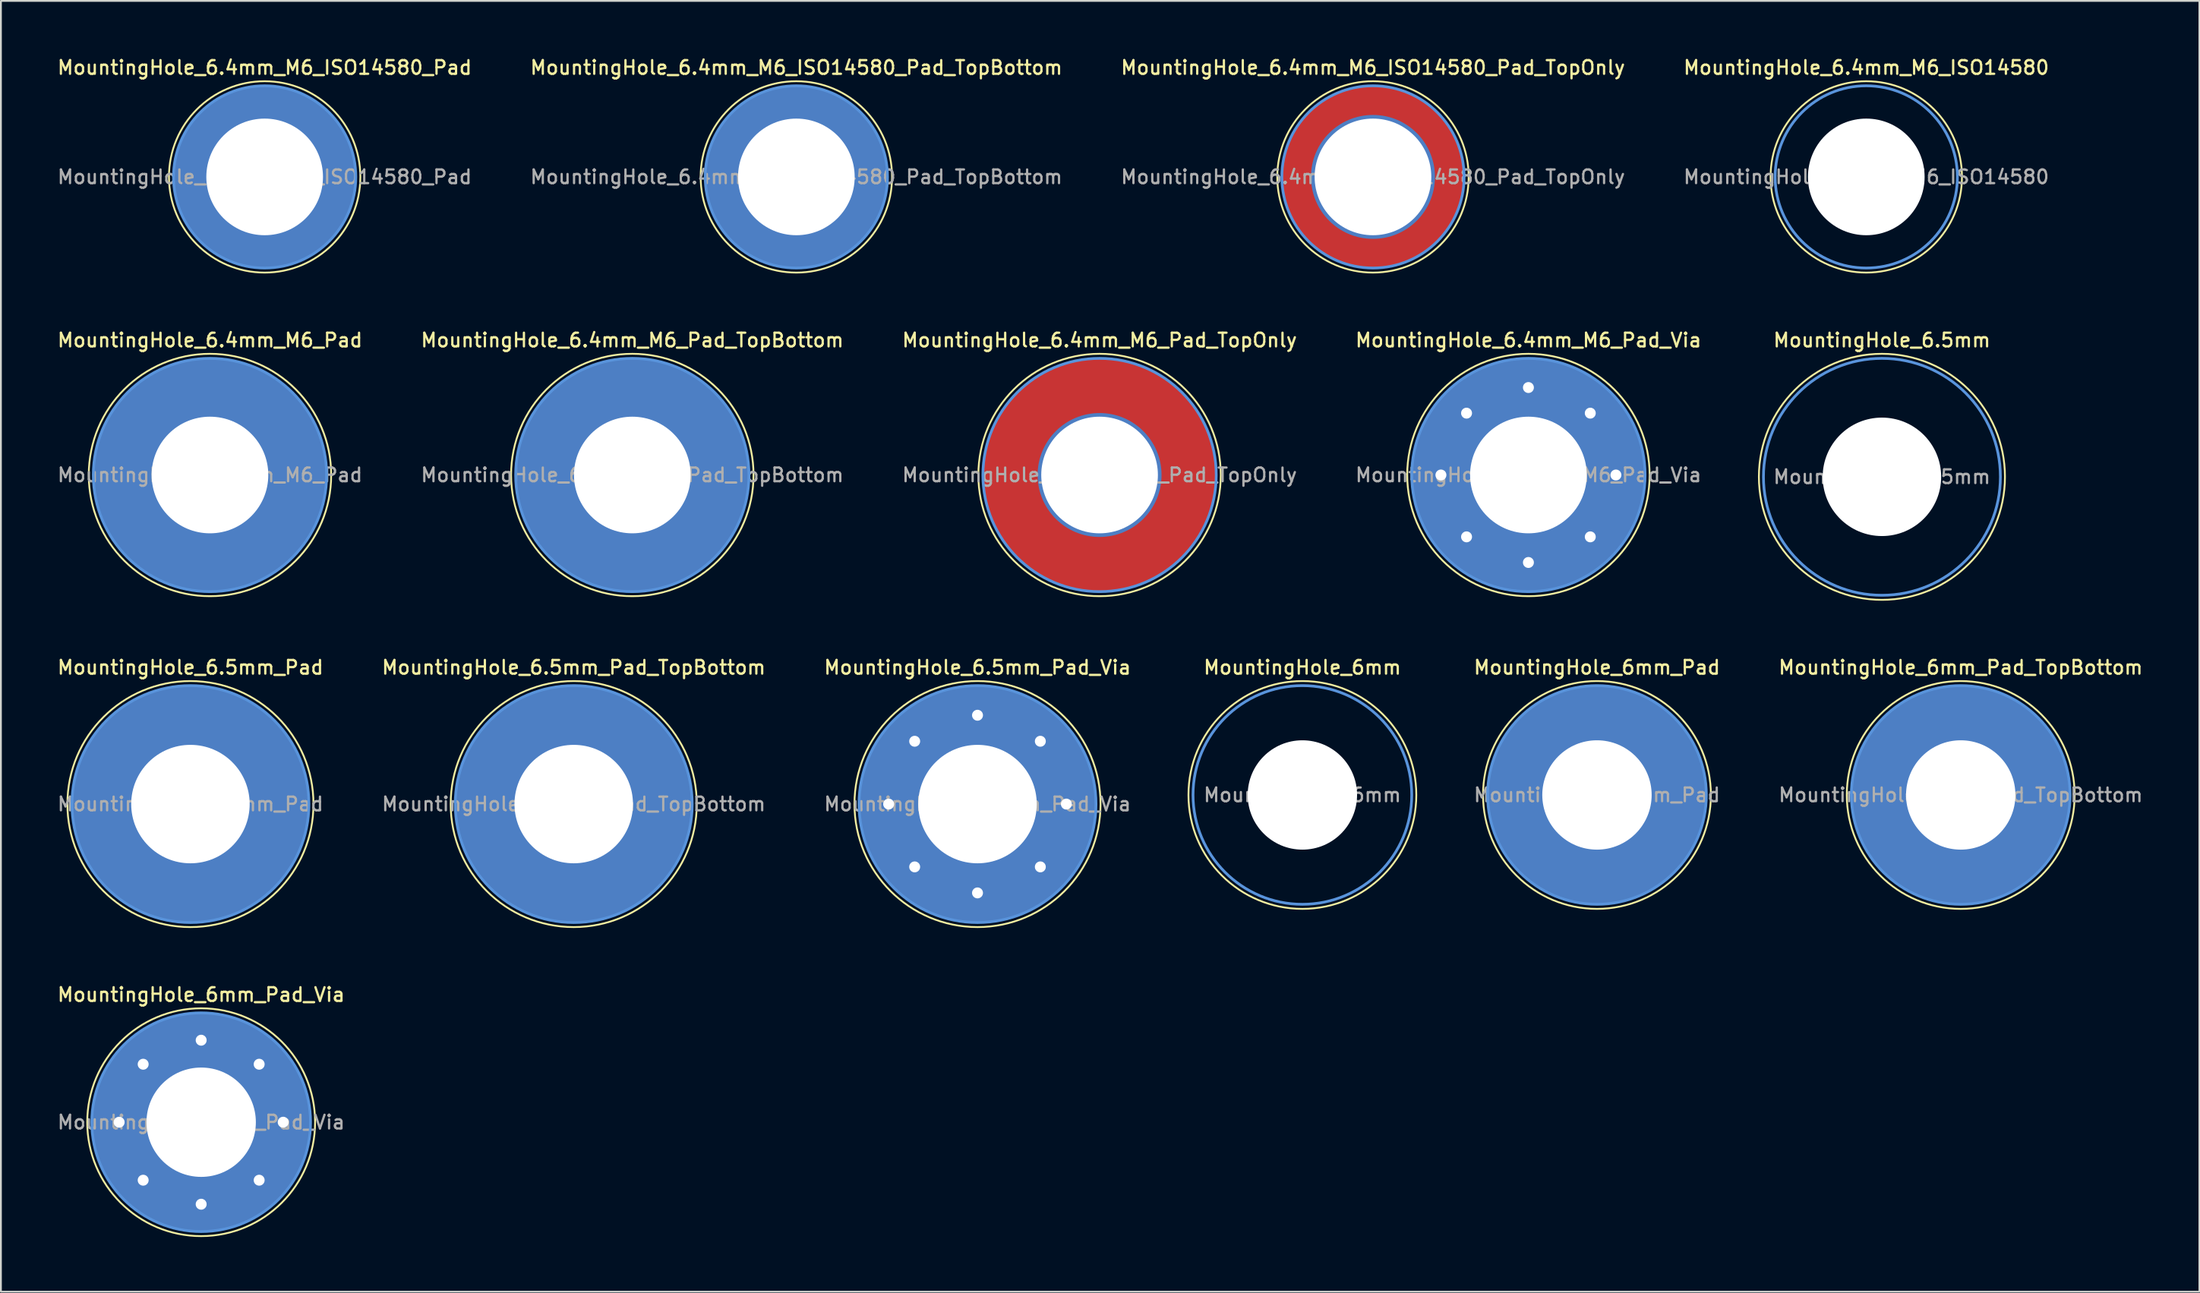
<source format=kicad_pcb>
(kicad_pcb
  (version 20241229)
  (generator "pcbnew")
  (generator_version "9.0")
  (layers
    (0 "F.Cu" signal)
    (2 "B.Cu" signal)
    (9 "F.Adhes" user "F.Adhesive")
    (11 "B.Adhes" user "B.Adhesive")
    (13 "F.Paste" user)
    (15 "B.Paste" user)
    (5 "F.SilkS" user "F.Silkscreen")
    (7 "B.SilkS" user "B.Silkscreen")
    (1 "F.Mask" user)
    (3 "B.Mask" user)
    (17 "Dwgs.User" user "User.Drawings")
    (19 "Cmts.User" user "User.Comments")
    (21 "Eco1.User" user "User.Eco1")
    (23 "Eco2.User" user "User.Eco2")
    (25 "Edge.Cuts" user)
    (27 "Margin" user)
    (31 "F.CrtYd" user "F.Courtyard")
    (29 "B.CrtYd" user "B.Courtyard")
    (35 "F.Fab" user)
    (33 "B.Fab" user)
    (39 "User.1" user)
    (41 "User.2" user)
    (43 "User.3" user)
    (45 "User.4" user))
  (footprint "MountingHole_6.4mm_M6_Pad_TopOnly"
    (layer "F.Cu")
    (at 57.277 23.016)
    (property "Reference" "MountingHole_6.4mm_M6_Pad_TopOnly" (at 0 -7.4 0) (layer "F.SilkS") (effects (font (size 0.75 0.75) (thickness 0.125))))
    (attr exclude_from_pos_files exclude_from_bom)
    (fp_circle (center 0 0) (end 6.65 0) (stroke (width 0.1) (type solid)) (fill no) (layer "F.SilkS"))
    (fp_circle (center 0 0) (end 6.4 0) (stroke (width 0.15) (type solid)) (fill no) (layer "Cmts.User"))
    (fp_text user "${REFERENCE}" (at 0 0 0) (layer "F.Fab") (effects (font (size 0.75 0.75) (thickness 0.125))))
    (pad "1" thru_hole circle (at 0 0) (size 6.8 6.8) (drill 6.4) (layers "*.Cu" "*.Mask"))
    (pad "1" connect circle (at 0 0) (size 12.8 12.8) (layers "F.Cu" "F.Mask")))
  (footprint "MountingHole_6.5mm_Pad_Via"
    (layer "F.Cu")
    (at 50.58 41.074)
    (property "Reference" "MountingHole_6.5mm_Pad_Via" (at 0 -7.5 0) (layer "F.SilkS") (effects (font (size 0.75 0.75) (thickness 0.125))))
    (attr exclude_from_pos_files exclude_from_bom)
    (fp_circle (center 0 0) (end 6.75 0) (stroke (width 0.1) (type solid)) (fill no) (layer "F.SilkS"))
    (fp_circle (center 0 0) (end 6.5 0) (stroke (width 0.15) (type solid)) (fill no) (layer "Cmts.User"))
    (fp_text user "${REFERENCE}" (at 0 0 0) (layer "F.Fab") (effects (font (size 0.75 0.75) (thickness 0.125))))
    (pad "1" thru_hole circle (at -4.875 0) (size 0.9 0.9) (drill 0.6) (layers "*.Cu" "*.Mask"))
    (pad "1" thru_hole circle (at -3.447 -3.447) (size 0.9 0.9) (drill 0.6) (layers "*.Cu" "*.Mask"))
    (pad "1" thru_hole circle (at -3.447 3.447) (size 0.9 0.9) (drill 0.6) (layers "*.Cu" "*.Mask"))
    (pad "1" thru_hole circle (at 0 -4.875) (size 0.9 0.9) (drill 0.6) (layers "*.Cu" "*.Mask"))
    (pad "1" thru_hole circle (at 0 0) (size 13 13) (drill 6.5) (layers "*.Cu" "*.Mask"))
    (pad "1" thru_hole circle (at 0 4.875) (size 0.9 0.9) (drill 0.6) (layers "*.Cu" "*.Mask"))
    (pad "1" thru_hole circle (at 3.447 -3.447) (size 0.9 0.9) (drill 0.6) (layers "*.Cu" "*.Mask"))
    (pad "1" thru_hole circle (at 3.447 3.447) (size 0.9 0.9) (drill 0.6) (layers "*.Cu" "*.Mask"))
    (pad "1" thru_hole circle (at 4.875 0) (size 0.9 0.9) (drill 0.6) (layers "*.Cu" "*.Mask")))
  (footprint "MountingHole_6.4mm_M6_Pad_Via"
    (layer "F.Cu")
    (at 80.805 23.016)
    (property "Reference" "MountingHole_6.4mm_M6_Pad_Via" (at 0 -7.4 0) (layer "F.SilkS") (effects (font (size 0.75 0.75) (thickness 0.125))))
    (attr exclude_from_pos_files exclude_from_bom)
    (fp_circle (center 0 0) (end 6.65 0) (stroke (width 0.1) (type solid)) (fill no) (layer "F.SilkS"))
    (fp_circle (center 0 0) (end 6.4 0) (stroke (width 0.15) (type solid)) (fill no) (layer "Cmts.User"))
    (fp_text user "${REFERENCE}" (at 0 0 0) (layer "F.Fab") (effects (font (size 0.75 0.75) (thickness 0.125))))
    (pad "1" thru_hole circle (at -4.8 0) (size 0.9 0.9) (drill 0.6) (layers "*.Cu" "*.Mask"))
    (pad "1" thru_hole circle (at -3.394 -3.394) (size 0.9 0.9) (drill 0.6) (layers "*.Cu" "*.Mask"))
    (pad "1" thru_hole circle (at -3.394 3.394) (size 0.9 0.9) (drill 0.6) (layers "*.Cu" "*.Mask"))
    (pad "1" thru_hole circle (at 0 -4.8) (size 0.9 0.9) (drill 0.6) (layers "*.Cu" "*.Mask"))
    (pad "1" thru_hole circle (at 0 0) (size 12.8 12.8) (drill 6.4) (layers "*.Cu" "*.Mask"))
    (pad "1" thru_hole circle (at 0 4.8) (size 0.9 0.9) (drill 0.6) (layers "*.Cu" "*.Mask"))
    (pad "1" thru_hole circle (at 3.394 -3.394) (size 0.9 0.9) (drill 0.6) (layers "*.Cu" "*.Mask"))
    (pad "1" thru_hole circle (at 3.394 3.394) (size 0.9 0.9) (drill 0.6) (layers "*.Cu" "*.Mask"))
    (pad "1" thru_hole circle (at 4.8 0) (size 0.9 0.9) (drill 0.6) (layers "*.Cu" "*.Mask")))
  (footprint "MountingHole_6.4mm_M6_ISO14580_Pad"
    (layer "F.Cu")
    (at 11.47 6.658)
    (property "Reference" "MountingHole_6.4mm_M6_ISO14580_Pad" (at 0 -6 0) (layer "F.SilkS") (effects (font (size 0.75 0.75) (thickness 0.125))))
    (attr exclude_from_pos_files exclude_from_bom)
    (fp_circle (center 0 0) (end 5.25 0) (stroke (width 0.1) (type solid)) (fill no) (layer "F.SilkS"))
    (fp_circle (center 0 0) (end 5 0) (stroke (width 0.15) (type solid)) (fill no) (layer "Cmts.User"))
    (fp_text user "${REFERENCE}" (at 0 0 0) (layer "F.Fab") (effects (font (size 0.75 0.75) (thickness 0.125))))
    (pad "1" thru_hole circle (at 0 0) (size 10 10) (drill 6.4) (layers "*.Cu" "*.Mask")))
  (footprint "MountingHole_6.5mm_Pad_TopBottom"
    (layer "F.Cu")
    (at 28.427 41.074)
    (property "Reference" "MountingHole_6.5mm_Pad_TopBottom" (at 0 -7.5 0) (layer "F.SilkS") (effects (font (size 0.75 0.75) (thickness 0.125))))
    (attr exclude_from_pos_files exclude_from_bom)
    (fp_circle (center 0 0) (end 6.75 0) (stroke (width 0.1) (type solid)) (fill no) (layer "F.SilkS"))
    (fp_circle (center 0 0) (end 6.5 0) (stroke (width 0.15) (type solid)) (fill no) (layer "Cmts.User"))
    (fp_text user "${REFERENCE}" (at 0 0 0) (layer "F.Fab") (effects (font (size 0.75 0.75) (thickness 0.125))))
    (pad "1" thru_hole circle (at 0 0) (size 6.9 6.9) (drill 6.5) (layers "*.Cu" "*.Mask"))
    (pad "1" connect circle (at 0 0) (size 13 13) (layers "F.Cu" "F.Mask"))
    (pad "1" connect circle (at 0 0) (size 13 13) (layers "B.Cu" "B.Mask")))
  (footprint "MountingHole_6mm_Pad"
    (layer "F.Cu")
    (at 84.566 40.574)
    (property "Reference" "MountingHole_6mm_Pad" (at 0 -7 0) (layer "F.SilkS") (effects (font (size 0.75 0.75) (thickness 0.125))))
    (attr exclude_from_pos_files exclude_from_bom)
    (fp_circle (center 0 0) (end 6.25 0) (stroke (width 0.1) (type solid)) (fill no) (layer "F.SilkS"))
    (fp_circle (center 0 0) (end 6 0) (stroke (width 0.15) (type solid)) (fill no) (layer "Cmts.User"))
    (fp_text user "${REFERENCE}" (at 0 0 0) (layer "F.Fab") (effects (font (size 0.75 0.75) (thickness 0.125))))
    (pad "1" thru_hole circle (at 0 0) (size 12 12) (drill 6) (layers "*.Cu" "*.Mask")))
  (footprint "MountingHole_6mm"
    (layer "F.Cu")
    (at 68.404 40.574)
    (property "Reference" "MountingHole_6mm" (at 0 -7 0) (layer "F.SilkS") (effects (font (size 0.75 0.75) (thickness 0.125))))
    (attr exclude_from_pos_files exclude_from_bom)
    (fp_circle (center 0 0) (end 6.25 0) (stroke (width 0.1) (type solid)) (fill no) (layer "F.SilkS"))
    (fp_circle (center 0 0) (end 6 0) (stroke (width 0.15) (type solid)) (fill no) (layer "Cmts.User"))
    (fp_text user "${REFERENCE}" (at 0 0 0) (layer "F.Fab") (effects (font (size 0.75 0.75) (thickness 0.125))))
    (pad "" np_thru_hole circle (at 0 0) (size 6 6) (drill 6) (layers "*.Cu" "*.Mask")))
  (footprint "MountingHole_6.4mm_M6_Pad"
    (layer "F.Cu")
    (at 8.47 23.016)
    (property "Reference" "MountingHole_6.4mm_M6_Pad" (at 0 -7.4 0) (layer "F.SilkS") (effects (font (size 0.75 0.75) (thickness 0.125))))
    (attr exclude_from_pos_files exclude_from_bom)
    (fp_circle (center 0 0) (end 6.65 0) (stroke (width 0.1) (type solid)) (fill no) (layer "F.SilkS"))
    (fp_circle (center 0 0) (end 6.4 0) (stroke (width 0.15) (type solid)) (fill no) (layer "Cmts.User"))
    (fp_text user "${REFERENCE}" (at 0 0 0) (layer "F.Fab") (effects (font (size 0.75 0.75) (thickness 0.125))))
    (pad "1" thru_hole circle (at 0 0) (size 12.8 12.8) (drill 6.4) (layers "*.Cu" "*.Mask")))
  (footprint "MountingHole_6.4mm_M6_ISO14580_Pad_TopOnly"
    (layer "F.Cu")
    (at 72.277 6.658)
    (property "Reference" "MountingHole_6.4mm_M6_ISO14580_Pad_TopOnly" (at 0 -6 0) (layer "F.SilkS") (effects (font (size 0.75 0.75) (thickness 0.125))))
    (attr exclude_from_pos_files exclude_from_bom)
    (fp_circle (center 0 0) (end 5.25 0) (stroke (width 0.1) (type solid)) (fill no) (layer "F.SilkS"))
    (fp_circle (center 0 0) (end 5 0) (stroke (width 0.15) (type solid)) (fill no) (layer "Cmts.User"))
    (fp_text user "${REFERENCE}" (at 0 0 0) (layer "F.Fab") (effects (font (size 0.75 0.75) (thickness 0.125))))
    (pad "1" thru_hole circle (at 0 0) (size 6.8 6.8) (drill 6.4) (layers "*.Cu" "*.Mask"))
    (pad "1" connect circle (at 0 0) (size 10 10) (layers "F.Cu" "F.Mask")))
  (footprint "MountingHole_6mm_Pad_Via"
    (layer "F.Cu")
    (at 7.987 58.532)
    (property "Reference" "MountingHole_6mm_Pad_Via" (at 0 -7 0) (layer "F.SilkS") (effects (font (size 0.75 0.75) (thickness 0.125))))
    (attr exclude_from_pos_files exclude_from_bom)
    (fp_circle (center 0 0) (end 6.25 0) (stroke (width 0.1) (type solid)) (fill no) (layer "F.SilkS"))
    (fp_circle (center 0 0) (end 6 0) (stroke (width 0.15) (type solid)) (fill no) (layer "Cmts.User"))
    (fp_text user "${REFERENCE}" (at 0 0 0) (layer "F.Fab") (effects (font (size 0.75 0.75) (thickness 0.125))))
    (pad "1" thru_hole circle (at -4.5 0) (size 0.9 0.9) (drill 0.6) (layers "*.Cu" "*.Mask"))
    (pad "1" thru_hole circle (at -3.182 -3.182) (size 0.9 0.9) (drill 0.6) (layers "*.Cu" "*.Mask"))
    (pad "1" thru_hole circle (at -3.182 3.182) (size 0.9 0.9) (drill 0.6) (layers "*.Cu" "*.Mask"))
    (pad "1" thru_hole circle (at 0 -4.5) (size 0.9 0.9) (drill 0.6) (layers "*.Cu" "*.Mask"))
    (pad "1" thru_hole circle (at 0 0) (size 12 12) (drill 6) (layers "*.Cu" "*.Mask"))
    (pad "1" thru_hole circle (at 0 4.5) (size 0.9 0.9) (drill 0.6) (layers "*.Cu" "*.Mask"))
    (pad "1" thru_hole circle (at 3.182 -3.182) (size 0.9 0.9) (drill 0.6) (layers "*.Cu" "*.Mask"))
    (pad "1" thru_hole circle (at 3.182 3.182) (size 0.9 0.9) (drill 0.6) (layers "*.Cu" "*.Mask"))
    (pad "1" thru_hole circle (at 4.5 0) (size 0.9 0.9) (drill 0.6) (layers "*.Cu" "*.Mask")))
  (footprint "MountingHole_6.4mm_M6_ISO14580"
    (layer "F.Cu")
    (at 99.341 6.658)
    (property "Reference" "MountingHole_6.4mm_M6_ISO14580" (at 0 -6 0) (layer "F.SilkS") (effects (font (size 0.75 0.75) (thickness 0.125))))
    (attr exclude_from_pos_files exclude_from_bom)
    (fp_circle (center 0 0) (end 5.25 0) (stroke (width 0.1) (type solid)) (fill no) (layer "F.SilkS"))
    (fp_circle (center 0 0) (end 5 0) (stroke (width 0.15) (type solid)) (fill no) (layer "Cmts.User"))
    (fp_text user "${REFERENCE}" (at 0 0 0) (layer "F.Fab") (effects (font (size 0.75 0.75) (thickness 0.125))))
    (pad "" np_thru_hole circle (at 0 0) (size 6.4 6.4) (drill 6.4) (layers "*.Cu" "*.Mask")))
  (footprint "MountingHole_6.5mm_Pad"
    (layer "F.Cu")
    (at 7.398 41.074)
    (property "Reference" "MountingHole_6.5mm_Pad" (at 0 -7.5 0) (layer "F.SilkS") (effects (font (size 0.75 0.75) (thickness 0.125))))
    (attr exclude_from_pos_files exclude_from_bom)
    (fp_circle (center 0 0) (end 6.75 0) (stroke (width 0.1) (type solid)) (fill no) (layer "F.SilkS"))
    (fp_circle (center 0 0) (end 6.5 0) (stroke (width 0.15) (type solid)) (fill no) (layer "Cmts.User"))
    (fp_text user "${REFERENCE}" (at 0 0 0) (layer "F.Fab") (effects (font (size 0.75 0.75) (thickness 0.125))))
    (pad "1" thru_hole circle (at 0 0) (size 13 13) (drill 6.5) (layers "*.Cu" "*.Mask")))
  (footprint "MountingHole_6.5mm"
    (layer "F.Cu")
    (at 100.2 23.116)
    (property "Reference" "MountingHole_6.5mm" (at 0 -7.5 0) (layer "F.SilkS") (effects (font (size 0.75 0.75) (thickness 0.125))))
    (attr exclude_from_pos_files exclude_from_bom)
    (fp_circle (center 0 0) (end 6.75 0) (stroke (width 0.1) (type solid)) (fill no) (layer "F.SilkS"))
    (fp_circle (center 0 0) (end 6.5 0) (stroke (width 0.15) (type solid)) (fill no) (layer "Cmts.User"))
    (fp_text user "${REFERENCE}" (at 0 0 0) (layer "F.Fab") (effects (font (size 0.75 0.75) (thickness 0.125))))
    (pad "" np_thru_hole circle (at 0 0) (size 6.5 6.5) (drill 6.5) (layers "*.Cu" "*.Mask")))
  (footprint "MountingHole_6.4mm_M6_Pad_TopBottom"
    (layer "F.Cu")
    (at 31.641 23.016)
    (property "Reference" "MountingHole_6.4mm_M6_Pad_TopBottom" (at 0 -7.4 0) (layer "F.SilkS") (effects (font (size 0.75 0.75) (thickness 0.125))))
    (attr exclude_from_pos_files exclude_from_bom)
    (fp_circle (center 0 0) (end 6.65 0) (stroke (width 0.1) (type solid)) (fill no) (layer "F.SilkS"))
    (fp_circle (center 0 0) (end 6.4 0) (stroke (width 0.15) (type solid)) (fill no) (layer "Cmts.User"))
    (fp_text user "${REFERENCE}" (at 0 0 0) (layer "F.Fab") (effects (font (size 0.75 0.75) (thickness 0.125))))
    (pad "1" thru_hole circle (at 0 0) (size 6.8 6.8) (drill 6.4) (layers "*.Cu" "*.Mask"))
    (pad "1" connect circle (at 0 0) (size 12.8 12.8) (layers "F.Cu" "F.Mask"))
    (pad "1" connect circle (at 0 0) (size 12.8 12.8) (layers "B.Cu" "B.Mask")))
  (footprint "MountingHole_6mm_Pad_TopBottom"
    (layer "F.Cu")
    (at 104.523 40.574)
    (property "Reference" "MountingHole_6mm_Pad_TopBottom" (at 0 -7 0) (layer "F.SilkS") (effects (font (size 0.75 0.75) (thickness 0.125))))
    (attr exclude_from_pos_files exclude_from_bom)
    (fp_circle (center 0 0) (end 6.25 0) (stroke (width 0.1) (type solid)) (fill no) (layer "F.SilkS"))
    (fp_circle (center 0 0) (end 6 0) (stroke (width 0.15) (type solid)) (fill no) (layer "Cmts.User"))
    (fp_text user "${REFERENCE}" (at 0 0 0) (layer "F.Fab") (effects (font (size 0.75 0.75) (thickness 0.125))))
    (pad "1" thru_hole circle (at 0 0) (size 6.4 6.4) (drill 6) (layers "*.Cu" "*.Mask"))
    (pad "1" connect circle (at 0 0) (size 12 12) (layers "F.Cu" "F.Mask"))
    (pad "1" connect circle (at 0 0) (size 12 12) (layers "B.Cu" "B.Mask")))
  (footprint "MountingHole_6.4mm_M6_ISO14580_Pad_TopBottom"
    (layer "F.Cu")
    (at 40.641 6.658)
    (property "Reference" "MountingHole_6.4mm_M6_ISO14580_Pad_TopBottom" (at 0 -6 0) (layer "F.SilkS") (effects (font (size 0.75 0.75) (thickness 0.125))))
    (attr exclude_from_pos_files exclude_from_bom)
    (fp_circle (center 0 0) (end 5.25 0) (stroke (width 0.1) (type solid)) (fill no) (layer "F.SilkS"))
    (fp_circle (center 0 0) (end 5 0) (stroke (width 0.15) (type solid)) (fill no) (layer "Cmts.User"))
    (fp_text user "${REFERENCE}" (at 0 0 0) (layer "F.Fab") (effects (font (size 0.75 0.75) (thickness 0.125))))
    (pad "1" thru_hole circle (at 0 0) (size 6.8 6.8) (drill 6.4) (layers "*.Cu" "*.Mask"))
    (pad "1" connect circle (at 0 0) (size 10 10) (layers "F.Cu" "F.Mask"))
    (pad "1" connect circle (at 0 0) (size 10 10) (layers "B.Cu" "B.Mask")))
  (gr_rect
    (start -3 -3)
    (end 117.618 67.832)
    (stroke (width 0.1) (type default))
    (fill no)
    (layer "Edge.Cuts")))
</source>
